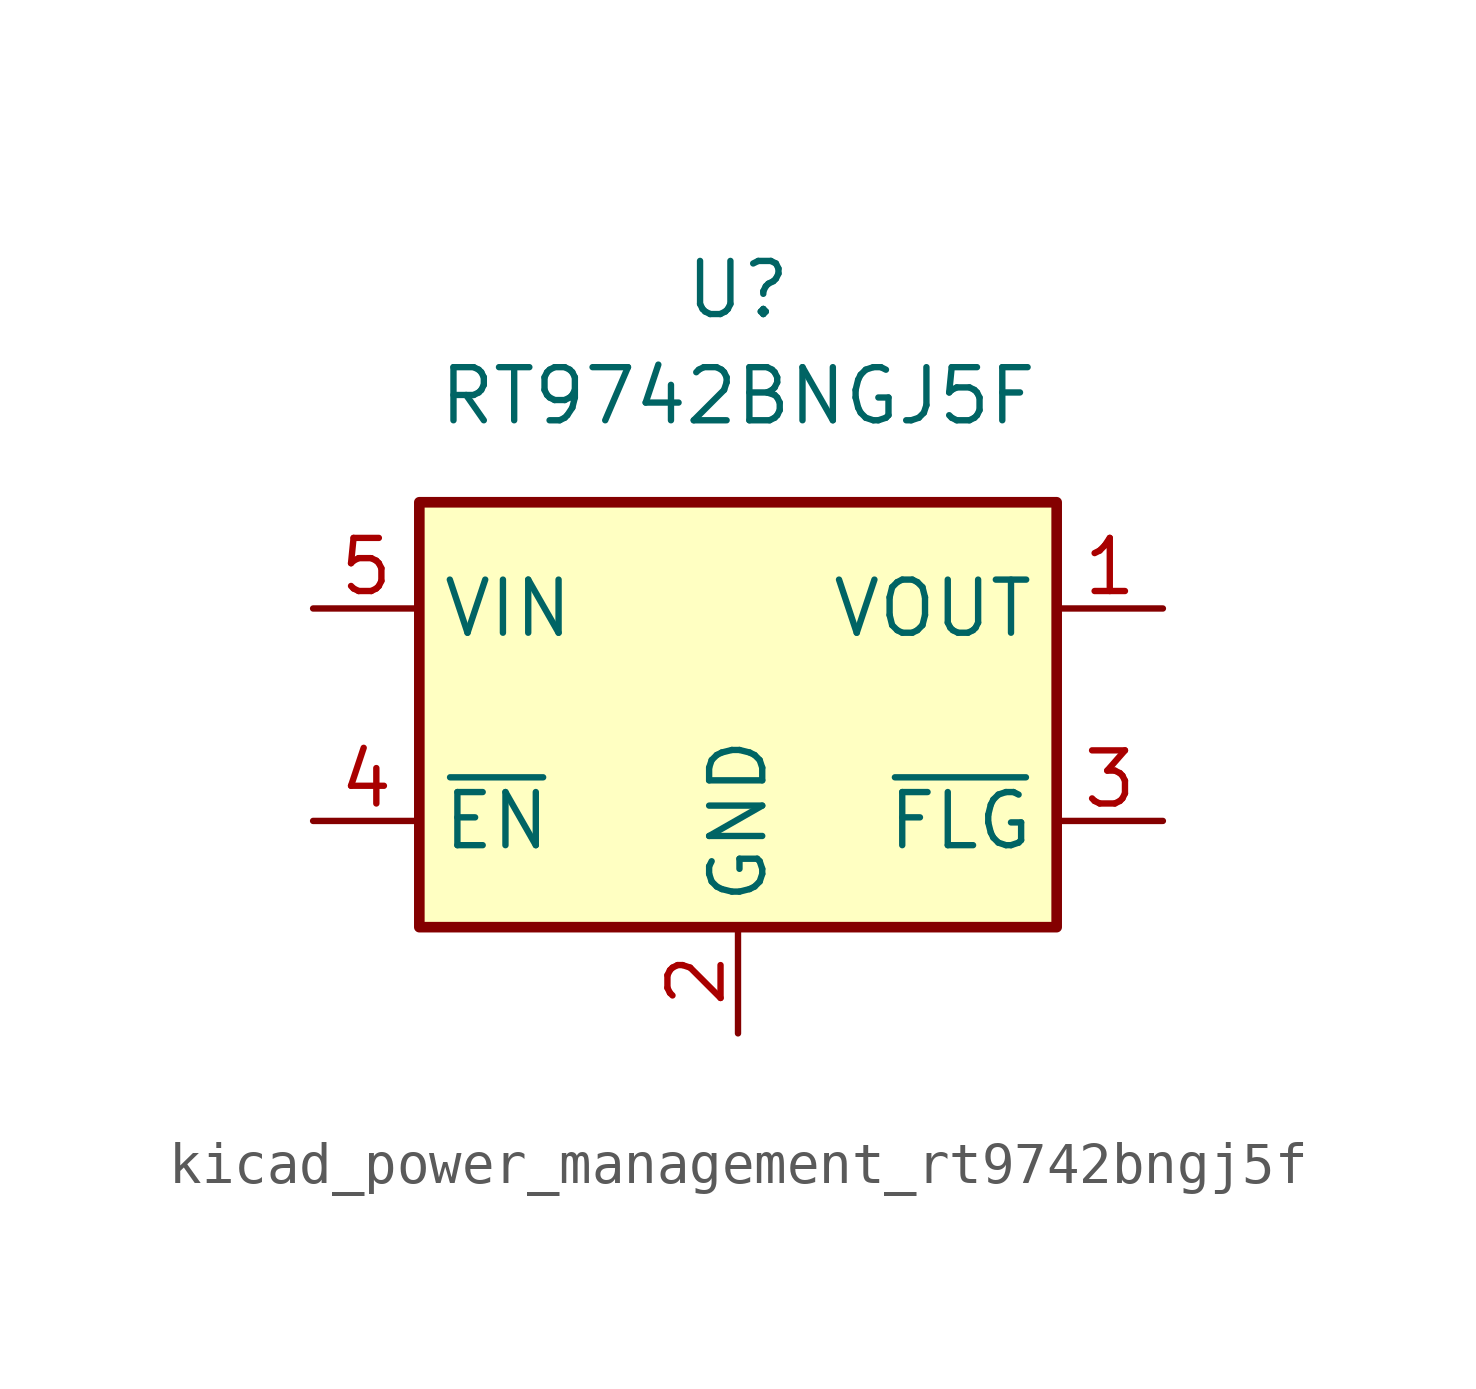
<source format=kicad_sym>
(kicad_symbol_lib
  (version 20220914)
  (generator kicad_symbol_editor)
  (symbol "kicad_power_management_rt9742bngj5f"
    (property "Reference" "U"
      (at 0 10.16 0)
      (effects (font (size 1.27 1.27))))
    (property "Value" "RT9742BNGJ5F"
      (at 0 7.62 0)
      (effects (font (size 1.27 1.27))))
    (symbol "kicad_power_management_rt9742bngj5f_0_1"
      (rectangle (start -7.62 5.08) (end 7.62 -5.08) (stroke (width 0.254) (type default)) (fill (type background))))
    (symbol "kicad_power_management_rt9742bngj5f_1_1"
      (pin power_out line (at 10.16 2.54 180) (length 2.54) (name "VOUT" (effects (font (size 1.27 1.27)))) (number "1" (effects (font (size 1.27 1.27)))))
      (pin power_in line (at 0 -7.62 90) (length 2.54) (name "GND" (effects (font (size 1.27 1.27)))) (number "2" (effects (font (size 1.27 1.27)))))
      (pin open_collector line (at 10.16 -2.54 180) (length 2.54) (name "~{FLG}" (effects (font (size 1.27 1.27)))) (number "3" (effects (font (size 1.27 1.27)))))
      (pin input line (at -10.16 -2.54 0) (length 2.54) (name "~{EN}" (effects (font (size 1.27 1.27)))) (number "4" (effects (font (size 1.27 1.27)))))
      (pin power_in line (at -10.16 2.54 0) (length 2.54) (name "VIN" (effects (font (size 1.27 1.27)))) (number "5" (effects (font (size 1.27 1.27))))))))
</source>
